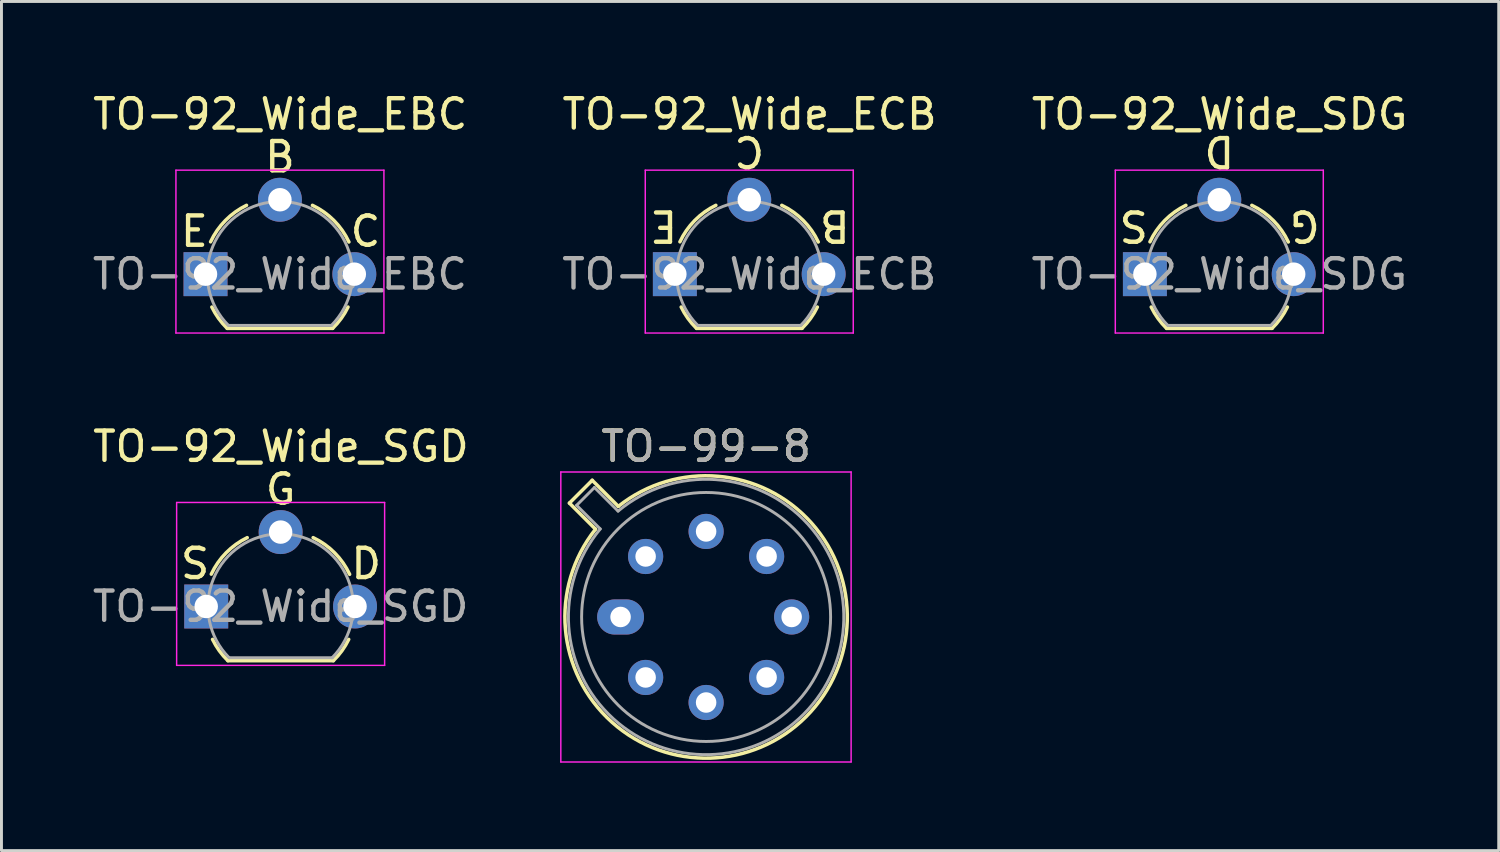
<source format=kicad_pcb>
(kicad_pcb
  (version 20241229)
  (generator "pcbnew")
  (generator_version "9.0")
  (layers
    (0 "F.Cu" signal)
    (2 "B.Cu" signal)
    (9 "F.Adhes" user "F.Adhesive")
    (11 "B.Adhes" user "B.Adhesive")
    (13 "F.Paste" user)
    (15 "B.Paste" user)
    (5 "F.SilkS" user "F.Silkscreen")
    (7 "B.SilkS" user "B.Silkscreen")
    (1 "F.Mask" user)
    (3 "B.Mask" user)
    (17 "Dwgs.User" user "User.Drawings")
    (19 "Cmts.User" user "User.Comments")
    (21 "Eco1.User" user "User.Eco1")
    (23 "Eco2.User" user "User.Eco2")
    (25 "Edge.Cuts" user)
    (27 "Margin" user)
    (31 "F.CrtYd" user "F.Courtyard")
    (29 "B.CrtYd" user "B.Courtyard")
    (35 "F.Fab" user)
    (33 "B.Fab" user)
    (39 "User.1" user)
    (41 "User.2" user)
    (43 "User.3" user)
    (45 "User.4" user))
  (footprint "TO-92_Wide_SGD"
    (layer "F.Cu")
    (at 3.99 17.654)
    (property "Reference" "TO-92_Wide_SGD" (at 2.55 -5.461 0) (layer "F.SilkS") (effects (font (size 1 1) (thickness 0.15))))
    (attr through_hole)
    (fp_line (start 0.74 1.85) (end 4.34 1.85) (stroke (width 0.12) (type solid)) (layer "F.SilkS"))
    (fp_arc (start 0.172801 -1.103842) (mid 0.678995 -1.832692) (end 1.4 -2.35) (stroke (width 0.12) (type solid)) (layer "F.SilkS"))
    (fp_arc (start 0.74 1.85) (mid 0.446097 1.509328) (end 0.215816 1.122795) (stroke (width 0.12) (type solid)) (layer "F.SilkS"))
    (fp_arc (start 3.65 -2.35) (mid 4.382279 -1.833196) (end 4.895458 -1.098371) (stroke (width 0.12) (type solid)) (layer "F.SilkS"))
    (fp_arc (start 4.864184 1.122795) (mid 4.633903 1.509328) (end 4.34 1.85) (stroke (width 0.12) (type solid)) (layer "F.SilkS"))
    (fp_line (start -1.01 -3.55) (end -1.01 2.01) (stroke (width 0.05) (type solid)) (layer "F.CrtYd"))
    (fp_line (start -1.01 -3.55) (end 6.09 -3.55) (stroke (width 0.05) (type solid)) (layer "F.CrtYd"))
    (fp_line (start 6.09 2.01) (end -1.01 2.01) (stroke (width 0.05) (type solid)) (layer "F.CrtYd"))
    (fp_line (start 6.09 2.01) (end 6.09 -3.55) (stroke (width 0.05) (type solid)) (layer "F.CrtYd"))
    (fp_line (start 0.8 1.75) (end 4.3 1.75) (stroke (width 0.1) (type solid)) (layer "F.Fab"))
    (fp_arc (start 0.786375 1.753625) (mid 0.248779 -0.949055) (end 2.54 -2.48) (stroke (width 0.1) (type solid)) (layer "F.Fab"))
    (fp_arc (start 2.54 -2.48) (mid 4.831221 -0.949055) (end 4.293625 1.753625) (stroke (width 0.1) (type solid)) (layer "F.Fab"))
    (fp_text user "S" (at -0.381 -1.46 0) (layer "F.SilkS") (effects (font (size 1 1) (thickness 0.15))))
    (fp_text user "D" (at 5.461 -1.46 0) (layer "F.SilkS") (effects (font (size 1 1) (thickness 0.15))))
    (fp_text user "G" (at 2.54 -4 0) (layer "F.SilkS") (effects (font (size 1 1) (thickness 0.15))))
    (fp_text user "${REFERENCE}" (at 2.54 0 0) (layer "F.Fab") (effects (font (size 1 1) (thickness 0.15))))
    (pad "1" thru_hole rect (at 0 0 90) (size 1.5 1.5) (drill 0.8) (layers "*.Cu" "*.Mask"))
    (pad "2" thru_hole circle (at 2.54 -2.54 90) (size 1.5 1.5) (drill 0.8) (layers "*.Cu" "*.Mask"))
    (pad "3" thru_hole circle (at 5.08 0 90) (size 1.5 1.5) (drill 0.8) (layers "*.Cu" "*.Mask")))
  (footprint "TO-92_Wide_SDG"
    (layer "F.Cu")
    (at 36.034 6.309)
    (property "Reference" "TO-92_Wide_SDG" (at 2.55 -5.461 0) (layer "F.SilkS") (effects (font (size 1 1) (thickness 0.15))))
    (fp_line (start 0.74 1.85) (end 4.34 1.85) (stroke (width 0.12) (type solid)) (layer "F.SilkS"))
    (fp_arc (start 0.172801 -1.103842) (mid 0.678995 -1.832692) (end 1.4 -2.35) (stroke (width 0.12) (type solid)) (layer "F.SilkS"))
    (fp_arc (start 0.74 1.85) (mid 0.446097 1.509328) (end 0.215816 1.122795) (stroke (width 0.12) (type solid)) (layer "F.SilkS"))
    (fp_arc (start 3.65 -2.35) (mid 4.382279 -1.833196) (end 4.895458 -1.098371) (stroke (width 0.12) (type solid)) (layer "F.SilkS"))
    (fp_arc (start 4.864184 1.122795) (mid 4.633903 1.509328) (end 4.34 1.85) (stroke (width 0.12) (type solid)) (layer "F.SilkS"))
    (fp_line (start -1.01 -3.55) (end -1.01 2.01) (stroke (width 0.05) (type solid)) (layer "F.CrtYd"))
    (fp_line (start -1.01 -3.55) (end 6.09 -3.55) (stroke (width 0.05) (type solid)) (layer "F.CrtYd"))
    (fp_line (start 6.09 2.01) (end -1.01 2.01) (stroke (width 0.05) (type solid)) (layer "F.CrtYd"))
    (fp_line (start 6.09 2.01) (end 6.09 -3.55) (stroke (width 0.05) (type solid)) (layer "F.CrtYd"))
    (fp_line (start 0.8 1.75) (end 4.3 1.75) (stroke (width 0.1) (type solid)) (layer "F.Fab"))
    (fp_arc (start 0.786375 1.753625) (mid 0.248779 -0.949055) (end 2.54 -2.48) (stroke (width 0.1) (type solid)) (layer "F.Fab"))
    (fp_arc (start 2.54 -2.48) (mid 4.831221 -0.949055) (end 4.293625 1.753625) (stroke (width 0.1) (type solid)) (layer "F.Fab"))
    (fp_text user "S" (at -0.381 -1.651 180) (unlocked yes) (layer "F.SilkS") (effects (font (size 1 1) (thickness 0.15))))
    (fp_text user "D" (at 2.54 -4.191 180) (unlocked yes) (layer "F.SilkS") (effects (font (size 1 1) (thickness 0.15))))
    (fp_text user "G" (at 5.461 -1.651 180) (unlocked yes) (layer "F.SilkS") (effects (font (size 1 1) (thickness 0.15))))
    (fp_text user "${REFERENCE}" (at 2.54 0 0) (layer "F.Fab") (effects (font (size 1 1) (thickness 0.15))))
    (pad "1" thru_hole rect (at 0 0 90) (size 1.5 1.5) (drill 0.8) (layers "*.Cu" "*.Mask"))
    (pad "2" thru_hole circle (at 2.54 -2.54 90) (size 1.5 1.5) (drill 0.8) (layers "*.Cu" "*.Mask"))
    (pad "3" thru_hole circle (at 5.08 0 90) (size 1.5 1.5) (drill 0.8) (layers "*.Cu" "*.Mask")))
  (footprint "TO-92_Wide_ECB"
    (layer "F.Cu")
    (at 19.988 6.309)
    (property "Reference" "TO-92_Wide_ECB" (at 2.55 -5.461 0) (layer "F.SilkS") (effects (font (size 1 1) (thickness 0.15))))
    (fp_line (start 0.74 1.85) (end 4.34 1.85) (stroke (width 0.12) (type solid)) (layer "F.SilkS"))
    (fp_arc (start 0.172801 -1.103842) (mid 0.678995 -1.832692) (end 1.4 -2.35) (stroke (width 0.12) (type solid)) (layer "F.SilkS"))
    (fp_arc (start 0.74 1.85) (mid 0.446097 1.509328) (end 0.215816 1.122795) (stroke (width 0.12) (type solid)) (layer "F.SilkS"))
    (fp_arc (start 3.65 -2.35) (mid 4.382279 -1.833196) (end 4.895458 -1.098371) (stroke (width 0.12) (type solid)) (layer "F.SilkS"))
    (fp_arc (start 4.864184 1.122795) (mid 4.633903 1.509328) (end 4.34 1.85) (stroke (width 0.12) (type solid)) (layer "F.SilkS"))
    (fp_line (start -1.01 -3.55) (end -1.01 2.01) (stroke (width 0.05) (type solid)) (layer "F.CrtYd"))
    (fp_line (start -1.01 -3.55) (end 6.09 -3.55) (stroke (width 0.05) (type solid)) (layer "F.CrtYd"))
    (fp_line (start 6.09 2.01) (end -1.01 2.01) (stroke (width 0.05) (type solid)) (layer "F.CrtYd"))
    (fp_line (start 6.09 2.01) (end 6.09 -3.55) (stroke (width 0.05) (type solid)) (layer "F.CrtYd"))
    (fp_line (start 0.8 1.75) (end 4.3 1.75) (stroke (width 0.1) (type solid)) (layer "F.Fab"))
    (fp_arc (start 0.786375 1.753625) (mid 0.248779 -0.949055) (end 2.54 -2.48) (stroke (width 0.1) (type solid)) (layer "F.Fab"))
    (fp_arc (start 2.54 -2.48) (mid 4.831221 -0.949055) (end 4.293625 1.753625) (stroke (width 0.1) (type solid)) (layer "F.Fab"))
    (fp_text user "B" (at 5.461 -1.651 180) (unlocked yes) (layer "F.SilkS") (effects (font (size 1 1) (thickness 0.15))))
    (fp_text user "E" (at -0.381 -1.651 180) (unlocked yes) (layer "F.SilkS") (effects (font (size 1 1) (thickness 0.15))))
    (fp_text user "C" (at 2.54 -4.191 180) (unlocked yes) (layer "F.SilkS") (effects (font (size 1 1) (thickness 0.15))))
    (fp_text user "${REFERENCE}" (at 2.54 0 0) (layer "F.Fab") (effects (font (size 1 1) (thickness 0.15))))
    (pad "1" thru_hole rect (at 0 0 90) (size 1.5 1.5) (drill 0.8) (layers "*.Cu" "*.Mask"))
    (pad "2" thru_hole circle (at 2.54 -2.54 90) (size 1.5 1.5) (drill 0.8) (layers "*.Cu" "*.Mask"))
    (pad "3" thru_hole circle (at 5.08 0 90) (size 1.5 1.5) (drill 0.8) (layers "*.Cu" "*.Mask")))
  (footprint "TO-92_Wide_EBC"
    (layer "F.Cu")
    (at 3.966 6.309)
    (property "Reference" "TO-92_Wide_EBC" (at 2.55 -5.461 0) (layer "F.SilkS") (effects (font (size 1 1) (thickness 0.15))))
    (attr through_hole)
    (fp_line (start 0.74 1.85) (end 4.34 1.85) (stroke (width 0.12) (type solid)) (layer "F.SilkS"))
    (fp_arc (start 0.172801 -1.103842) (mid 0.678995 -1.832692) (end 1.4 -2.35) (stroke (width 0.12) (type solid)) (layer "F.SilkS"))
    (fp_arc (start 0.74 1.85) (mid 0.446097 1.509328) (end 0.215816 1.122795) (stroke (width 0.12) (type solid)) (layer "F.SilkS"))
    (fp_arc (start 3.65 -2.35) (mid 4.382279 -1.833196) (end 4.895458 -1.098371) (stroke (width 0.12) (type solid)) (layer "F.SilkS"))
    (fp_arc (start 4.864184 1.122795) (mid 4.633903 1.509328) (end 4.34 1.85) (stroke (width 0.12) (type solid)) (layer "F.SilkS"))
    (fp_line (start -1.01 -3.55) (end -1.01 2.01) (stroke (width 0.05) (type solid)) (layer "F.CrtYd"))
    (fp_line (start -1.01 -3.55) (end 6.09 -3.55) (stroke (width 0.05) (type solid)) (layer "F.CrtYd"))
    (fp_line (start 6.09 2.01) (end -1.01 2.01) (stroke (width 0.05) (type solid)) (layer "F.CrtYd"))
    (fp_line (start 6.09 2.01) (end 6.09 -3.55) (stroke (width 0.05) (type solid)) (layer "F.CrtYd"))
    (fp_line (start 0.8 1.75) (end 4.3 1.75) (stroke (width 0.1) (type solid)) (layer "F.Fab"))
    (fp_arc (start 0.786375 1.753625) (mid 0.248779 -0.949055) (end 2.54 -2.48) (stroke (width 0.1) (type solid)) (layer "F.Fab"))
    (fp_arc (start 2.54 -2.48) (mid 4.831221 -0.949055) (end 4.293625 1.753625) (stroke (width 0.1) (type solid)) (layer "F.Fab"))
    (fp_text user "C" (at 5.461 -1.46 0) (layer "F.SilkS") (effects (font (size 1 1) (thickness 0.15))))
    (fp_text user "B" (at 2.54 -4 0) (layer "F.SilkS") (effects (font (size 1 1) (thickness 0.15))))
    (fp_text user "E" (at -0.381 -1.46 0) (layer "F.SilkS") (effects (font (size 1 1) (thickness 0.15))))
    (fp_text user "${REFERENCE}" (at 2.54 0 0) (layer "F.Fab") (effects (font (size 1 1) (thickness 0.15))))
    (pad "1" thru_hole rect (at 0 0 90) (size 1.5 1.5) (drill 0.8) (layers "*.Cu" "*.Mask"))
    (pad "2" thru_hole circle (at 2.54 -2.54 90) (size 1.5 1.5) (drill 0.8) (layers "*.Cu" "*.Mask"))
    (pad "3" thru_hole circle (at 5.08 0 90) (size 1.5 1.5) (drill 0.8) (layers "*.Cu" "*.Mask")))
  (footprint "TO-99-8"
    (layer "F.Cu")
    (at 18.135 18.012)
    (property "Reference" "TO-99-8" (at 2.92 -5.82 0) (layer "F.SilkS") (effects (font (size 1 1) (thickness 0.15))))
    (attr through_hole)
    (fp_line (start -1.746 -3.888) (end -0.855 -2.997) (stroke (width 0.12) (type solid)) (layer "F.SilkS"))
    (fp_line (start -0.968 -4.666) (end -1.746 -3.888) (stroke (width 0.12) (type solid)) (layer "F.SilkS"))
    (fp_line (start -0.077 -3.775) (end -0.968 -4.666) (stroke (width 0.12) (type solid)) (layer "F.SilkS"))
    (fp_arc (start -0.077084 -3.774902) (mid 6.328125 3.408384) (end -0.854674 -2.997371) (stroke (width 0.12) (type solid)) (layer "F.SilkS"))
    (fp_line (start -2.04 -4.95) (end -2.04 4.95) (stroke (width 0.05) (type solid)) (layer "F.CrtYd"))
    (fp_line (start -2.04 4.95) (end 7.87 4.95) (stroke (width 0.05) (type solid)) (layer "F.CrtYd"))
    (fp_line (start 7.87 -4.95) (end -2.04 -4.95) (stroke (width 0.05) (type solid)) (layer "F.CrtYd"))
    (fp_line (start 7.87 4.95) (end 7.87 -4.95) (stroke (width 0.05) (type solid)) (layer "F.CrtYd"))
    (fp_line (start -1.5 -3.812) (end -0.694 -3.005) (stroke (width 0.1) (type solid)) (layer "F.Fab"))
    (fp_line (start -0.892 -4.42) (end -1.5 -3.812) (stroke (width 0.1) (type solid)) (layer "F.Fab"))
    (fp_line (start -0.085 -3.614) (end -0.892 -4.42) (stroke (width 0.1) (type solid)) (layer "F.Fab"))
    (fp_arc (start -0.085408 -3.61352) (mid 6.243443 3.323361) (end -0.693594 -3.005319) (stroke (width 0.1) (type solid)) (layer "F.Fab"))
    (fp_circle (center 2.92 0) (end 7.17 0) (stroke (width 0.1) (type solid)) (fill no) (layer "F.Fab"))
    (fp_text user "${REFERENCE}" (at 2.92 -5.82 0) (layer "F.Fab") (effects (font (size 1 1) (thickness 0.15))))
    (pad "1" thru_hole oval (at 0 0) (size 1.6 1.2) (drill 0.7) (layers "*.Cu" "*.Mask"))
    (pad "2" thru_hole oval (at 0.855 2.065) (size 1.2 1.2) (drill 0.7) (layers "*.Cu" "*.Mask"))
    (pad "3" thru_hole oval (at 2.92 2.92) (size 1.2 1.2) (drill 0.7) (layers "*.Cu" "*.Mask"))
    (pad "4" thru_hole oval (at 4.985 2.065) (size 1.2 1.2) (drill 0.7) (layers "*.Cu" "*.Mask"))
    (pad "5" thru_hole oval (at 5.84 0) (size 1.2 1.2) (drill 0.7) (layers "*.Cu" "*.Mask"))
    (pad "6" thru_hole oval (at 4.985 -2.065) (size 1.2 1.2) (drill 0.7) (layers "*.Cu" "*.Mask"))
    (pad "7" thru_hole oval (at 2.92 -2.92) (size 1.2 1.2) (drill 0.7) (layers "*.Cu" "*.Mask"))
    (pad "8" thru_hole oval (at 0.855 -2.065) (size 1.2 1.2) (drill 0.7) (layers "*.Cu" "*.Mask")))
  (gr_rect
    (start -3 -3)
    (end 48.113 25.988)
    (stroke (width 0.1) (type default))
    (fill no)
    (layer "Edge.Cuts")))
</source>
